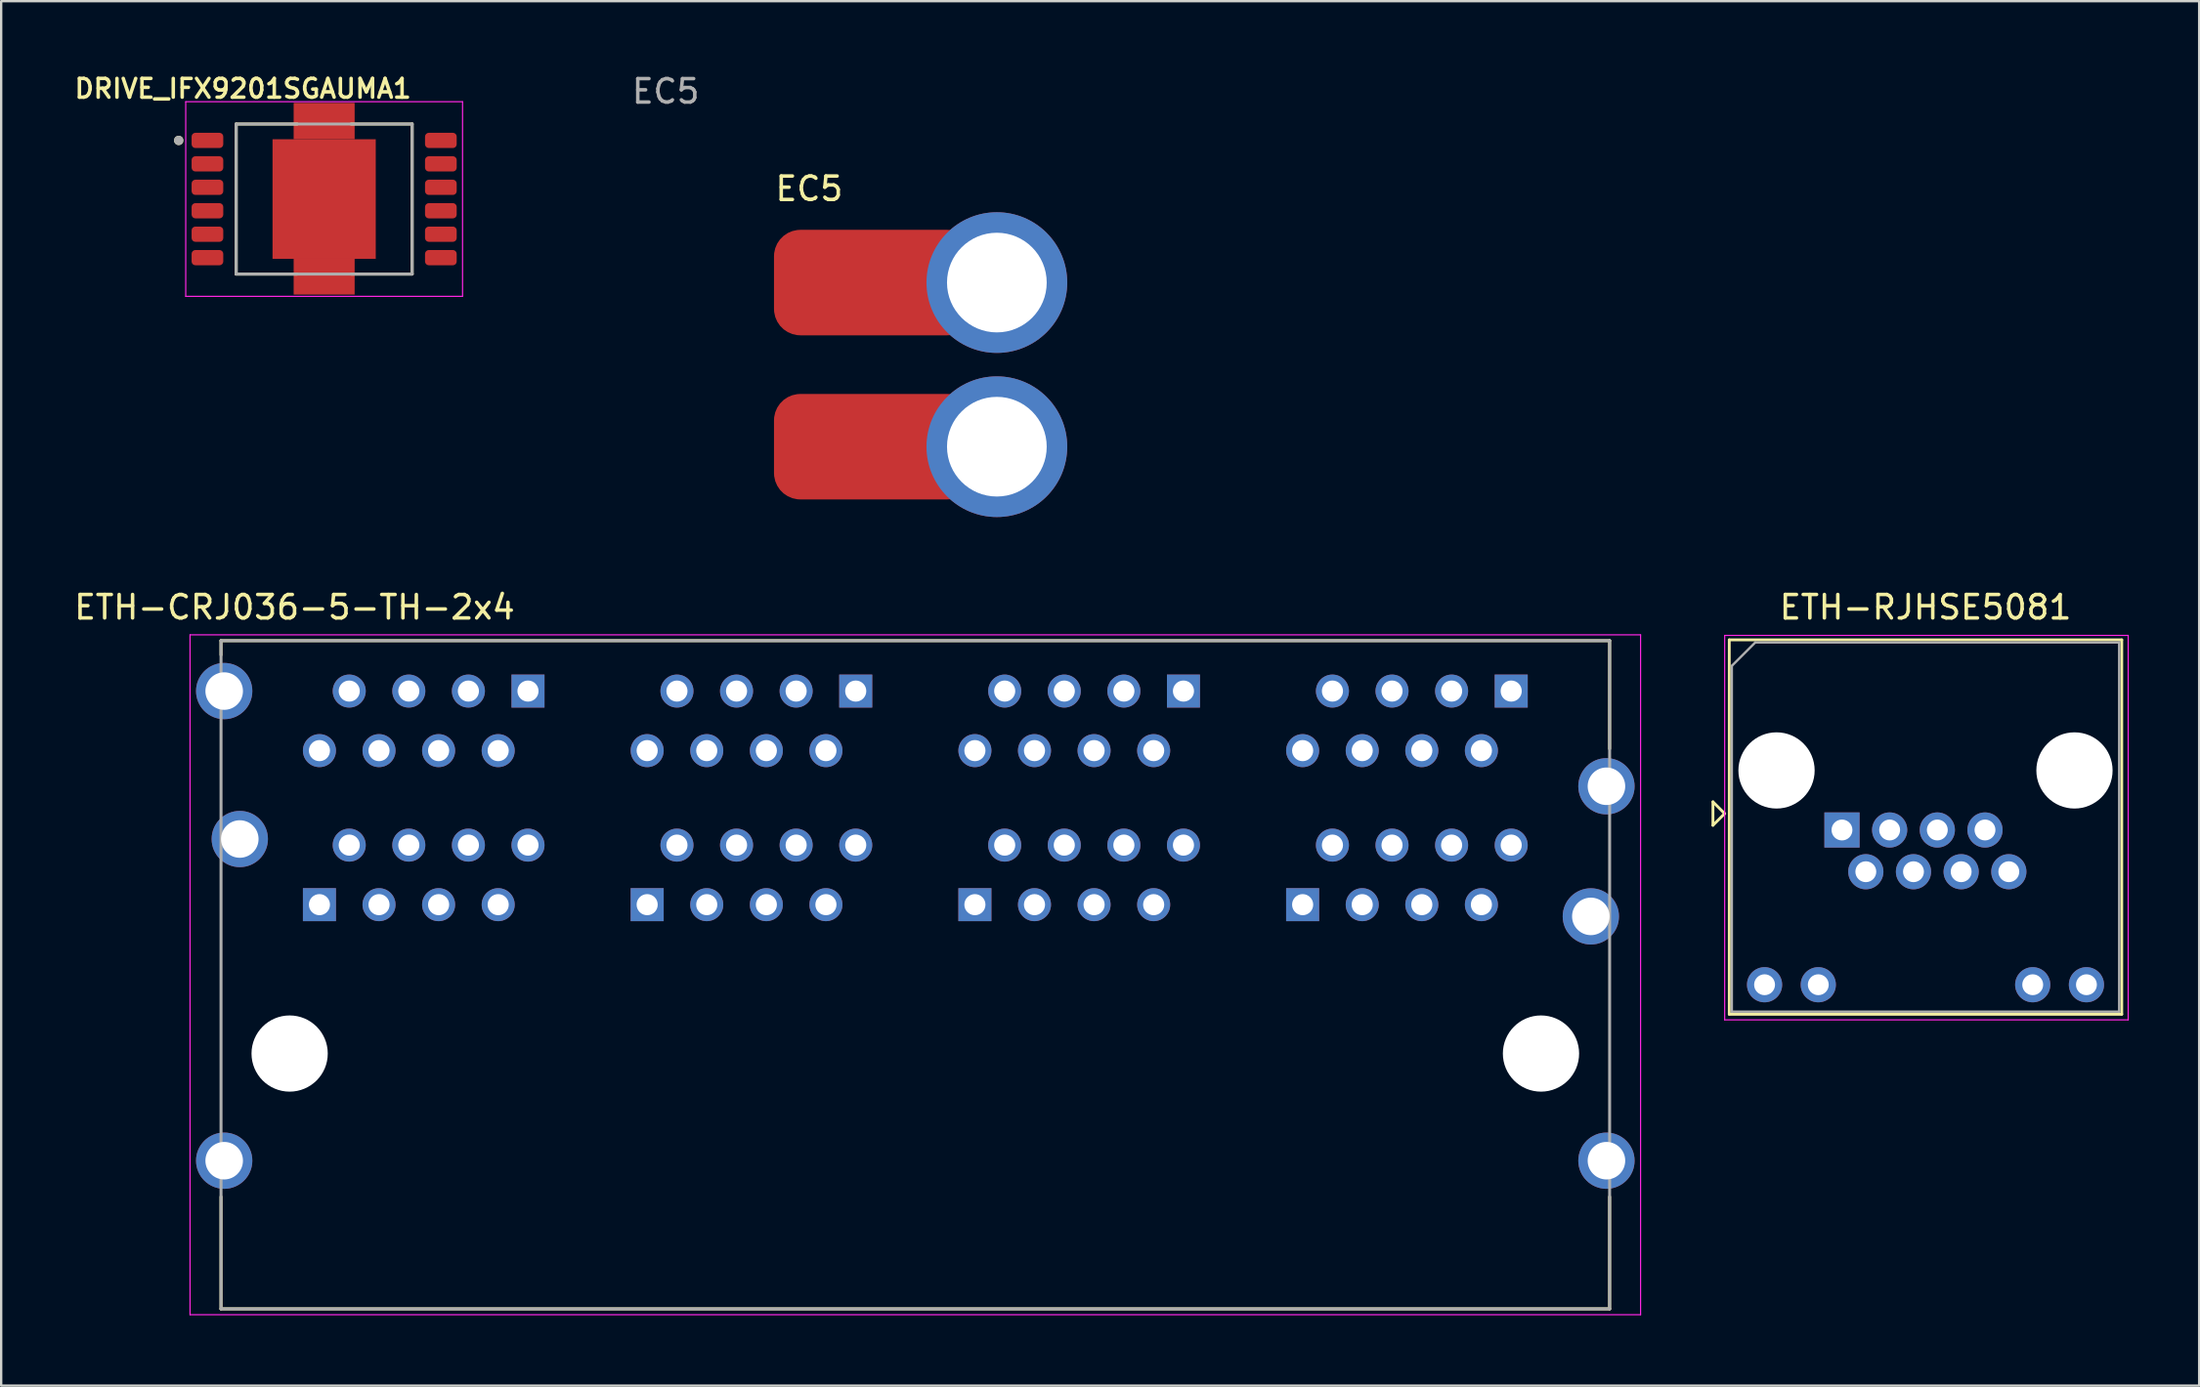
<source format=kicad_pcb>
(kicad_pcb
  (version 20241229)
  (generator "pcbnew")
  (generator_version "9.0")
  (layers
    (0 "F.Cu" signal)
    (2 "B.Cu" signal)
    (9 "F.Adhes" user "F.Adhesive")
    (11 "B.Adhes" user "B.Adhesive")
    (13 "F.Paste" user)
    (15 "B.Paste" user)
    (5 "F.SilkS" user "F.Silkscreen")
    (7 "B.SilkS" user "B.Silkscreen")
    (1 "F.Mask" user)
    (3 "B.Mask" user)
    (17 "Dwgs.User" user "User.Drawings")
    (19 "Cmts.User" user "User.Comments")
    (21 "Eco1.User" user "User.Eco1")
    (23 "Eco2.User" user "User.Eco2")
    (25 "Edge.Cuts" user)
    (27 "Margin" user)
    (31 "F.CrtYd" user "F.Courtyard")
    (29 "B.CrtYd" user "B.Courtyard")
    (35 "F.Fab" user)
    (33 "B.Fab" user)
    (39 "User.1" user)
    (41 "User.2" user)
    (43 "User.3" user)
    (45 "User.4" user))
  (footprint "ETH-RJHSE5081"
    (layer "F.Cu")
    (at 75.466 32.35)
    (property "Reference" "ETH-RJHSE5081" (at 3.56 -9.5 0) (layer "F.SilkS") (effects (font (size 1 1) (thickness 0.15))))
    (attr through_hole)
    (fp_line (start -5.5 -1.2) (end -5 -0.7) (stroke (width 0.12) (type solid)) (layer "F.SilkS"))
    (fp_line (start -5.5 -0.2) (end -5.5 -1.2) (stroke (width 0.12) (type solid)) (layer "F.SilkS"))
    (fp_line (start -5 -0.7) (end -5.5 -0.2) (stroke (width 0.12) (type solid)) (layer "F.SilkS"))
    (fp_line (start -4.805 -8.11) (end -4.805 7.86) (stroke (width 0.12) (type solid)) (layer "F.SilkS"))
    (fp_line (start -4.805 -8.11) (end 11.925 -8.11) (stroke (width 0.12) (type solid)) (layer "F.SilkS"))
    (fp_line (start -4.805 7.86) (end 11.925 7.86) (stroke (width 0.12) (type solid)) (layer "F.SilkS"))
    (fp_line (start 11.925 -8.11) (end 11.925 7.86) (stroke (width 0.12) (type solid)) (layer "F.SilkS"))
    (fp_line (start -5 -8.3) (end -5 8.1) (stroke (width 0.05) (type solid)) (layer "F.CrtYd"))
    (fp_line (start -5 -8.3) (end 12.2 -8.3) (stroke (width 0.05) (type solid)) (layer "F.CrtYd"))
    (fp_line (start -5 8.1) (end 12.2 8.1) (stroke (width 0.05) (type solid)) (layer "F.CrtYd"))
    (fp_line (start 12.2 -8.3) (end 12.2 8.1) (stroke (width 0.05) (type solid)) (layer "F.CrtYd"))
    (fp_line (start -4.695 -7) (end -4.695 7.75) (stroke (width 0.1) (type solid)) (layer "F.Fab"))
    (fp_line (start -4.695 -7) (end -3.695 -8) (stroke (width 0.1) (type solid)) (layer "F.Fab"))
    (fp_line (start -4.695 7.75) (end 11.815 7.75) (stroke (width 0.1) (type solid)) (layer "F.Fab"))
    (fp_line (start -3.695 -8) (end 11.815 -8) (stroke (width 0.1) (type solid)) (layer "F.Fab"))
    (fp_line (start 11.815 -8) (end 11.815 7.75) (stroke (width 0.1) (type solid)) (layer "F.Fab"))
    (pad "" np_thru_hole circle (at -2.79 -2.54) (size 3.25 3.25) (drill 3.25) (layers "*.Cu" "*.Mask"))
    (pad "" np_thru_hole circle (at 9.91 -2.54) (size 3.25 3.25) (drill 3.25) (layers "*.Cu" "*.Mask"))
    (pad "1" thru_hole rect (at 0 0) (size 1.5 1.5) (drill 0.89) (layers "*.Cu" "*.Mask"))
    (pad "2" thru_hole circle (at 1.016 1.78) (size 1.5 1.5) (drill 0.89) (layers "*.Cu" "*.Mask"))
    (pad "3" thru_hole circle (at 2.032 0) (size 1.5 1.5) (drill 0.89) (layers "*.Cu" "*.Mask"))
    (pad "4" thru_hole circle (at 3.048 1.78) (size 1.5 1.5) (drill 0.89) (layers "*.Cu" "*.Mask"))
    (pad "5" thru_hole circle (at 4.064 0) (size 1.5 1.5) (drill 0.89) (layers "*.Cu" "*.Mask"))
    (pad "6" thru_hole circle (at 5.08 1.78) (size 1.5 1.5) (drill 0.89) (layers "*.Cu" "*.Mask"))
    (pad "7" thru_hole circle (at 6.096 0) (size 1.5 1.5) (drill 0.89) (layers "*.Cu" "*.Mask"))
    (pad "8" thru_hole circle (at 7.112 1.78) (size 1.5 1.5) (drill 0.89) (layers "*.Cu" "*.Mask"))
    (pad "9" thru_hole circle (at -3.3 6.6) (size 1.5 1.5) (drill 0.89) (layers "*.Cu" "*.Mask"))
    (pad "10" thru_hole circle (at -1.01 6.6) (size 1.5 1.5) (drill 0.89) (layers "*.Cu" "*.Mask"))
    (pad "11" thru_hole circle (at 8.13 6.6) (size 1.5 1.5) (drill 0.89) (layers "*.Cu" "*.Mask"))
    (pad "12" thru_hole circle (at 10.42 6.6) (size 1.5 1.5) (drill 0.89) (layers "*.Cu" "*.Mask")))
  (footprint "DRIVE_IFX9201SGAUMA1"
    (layer "F.Cu")
    (at 10.767 5.439)
    (property "Reference" "DRIVE_IFX9201SGAUMA1" (at -3.46 -4.708 0) (layer "F.SilkS") (effects (font (size 0.8 0.8) (thickness 0.15))))
    (attr smd)
    (fp_line (start -3.75 -3.2) (end -1.15 -3.2) (stroke (width 0.127) (type solid)) (layer "F.SilkS"))
    (fp_line (start -3.75 3.2) (end -3.75 -3.2) (stroke (width 0.127) (type solid)) (layer "F.SilkS"))
    (fp_line (start -3.75 3.2) (end -1.15 3.2) (stroke (width 0.127) (type solid)) (layer "F.SilkS"))
    (fp_line (start 3.75 -3.2) (end 1.15 -3.2) (stroke (width 0.127) (type solid)) (layer "F.SilkS"))
    (fp_line (start 3.75 -3.2) (end 3.75 3.2) (stroke (width 0.127) (type solid)) (layer "F.SilkS"))
    (fp_line (start 3.75 3.2) (end 1.15 3.2) (stroke (width 0.127) (type solid)) (layer "F.SilkS"))
    (fp_circle (center -6.2 -2.5) (end -6.1 -2.5) (stroke (width 0.2) (type solid)) (fill no) (layer "F.SilkS"))
    (fp_line (start -5.9 -4.15) (end 5.9 -4.15) (stroke (width 0.05) (type solid)) (layer "F.CrtYd"))
    (fp_line (start -5.9 4.15) (end -5.9 -4.15) (stroke (width 0.05) (type solid)) (layer "F.CrtYd"))
    (fp_line (start 5.9 -4.15) (end 5.9 4.15) (stroke (width 0.05) (type solid)) (layer "F.CrtYd"))
    (fp_line (start 5.9 4.15) (end -5.9 4.15) (stroke (width 0.05) (type solid)) (layer "F.CrtYd"))
    (fp_line (start -3.75 -3.2) (end 3.75 -3.2) (stroke (width 0.127) (type solid)) (layer "F.Fab"))
    (fp_line (start -3.75 3.2) (end -3.75 -3.2) (stroke (width 0.127) (type solid)) (layer "F.Fab"))
    (fp_line (start 3.75 -3.2) (end 3.75 3.2) (stroke (width 0.127) (type solid)) (layer "F.Fab"))
    (fp_line (start 3.75 3.2) (end -3.75 3.2) (stroke (width 0.127) (type solid)) (layer "F.Fab"))
    (fp_circle (center -6.2 -2.5) (end -6.1 -2.5) (stroke (width 0.2) (type solid)) (fill no) (layer "F.Fab"))
    (pad "1" smd roundrect (at -4.975 -2.5) (size 1.35 0.65) (layers "F.Cu" "F.Mask" "F.Paste") (roundrect_rratio 0.25))
    (pad "2" smd roundrect (at -4.975 -1.5) (size 1.35 0.65) (layers "F.Cu" "F.Mask" "F.Paste") (roundrect_rratio 0.25))
    (pad "3" smd roundrect (at -4.975 -0.5) (size 1.35 0.65) (layers "F.Cu" "F.Mask" "F.Paste") (roundrect_rratio 0.25))
    (pad "4" smd roundrect (at -4.975 0.5) (size 1.35 0.65) (layers "F.Cu" "F.Mask" "F.Paste") (roundrect_rratio 0.25))
    (pad "5" smd roundrect (at -4.975 1.5) (size 1.35 0.65) (layers "F.Cu" "F.Mask" "F.Paste") (roundrect_rratio 0.25))
    (pad "6" smd roundrect (at -4.975 2.5) (size 1.35 0.65) (layers "F.Cu" "F.Mask" "F.Paste") (roundrect_rratio 0.25))
    (pad "6" smd rect (at 0 -3.325) (size 2.6 1.55) (layers "F.Cu" "F.Mask" "F.Paste"))
    (pad "6" smd rect (at 0 0) (size 4.4 5.1) (layers "F.Cu" "F.Mask" "F.Paste"))
    (pad "6" smd rect (at 0 3.3) (size 2.6 1.55) (layers "F.Cu" "F.Mask" "F.Paste"))
    (pad "7" smd roundrect (at 4.975 2.5) (size 1.35 0.65) (layers "F.Cu" "F.Mask" "F.Paste") (roundrect_rratio 0.25))
    (pad "8" smd roundrect (at 4.975 1.5) (size 1.35 0.65) (layers "F.Cu" "F.Mask" "F.Paste") (roundrect_rratio 0.25))
    (pad "9" smd roundrect (at 4.975 0.5) (size 1.35 0.65) (layers "F.Cu" "F.Mask" "F.Paste") (roundrect_rratio 0.25))
    (pad "10" smd roundrect (at 4.975 -0.5) (size 1.35 0.65) (layers "F.Cu" "F.Mask" "F.Paste") (roundrect_rratio 0.25))
    (pad "11" smd roundrect (at 4.975 -1.5) (size 1.35 0.65) (layers "F.Cu" "F.Mask" "F.Paste") (roundrect_rratio 0.25))
    (pad "12" smd roundrect (at 4.975 -2.5) (size 1.35 0.65) (layers "F.Cu" "F.Mask" "F.Paste") (roundrect_rratio 0.25)))
  (footprint "ETH-CRJ036-5-TH-2x4"
    (layer "F.Cu")
    (at 35.966 41.885)
    (property "Reference" "ETH-CRJ036-5-TH-2x4" (at -26.46 -19.035 0) (layer "F.SilkS") (effects (font (size 1 1) (thickness 0.15))))
    (attr through_hole)
    (fp_line (start -29.595 -17.61) (end 29.595 -17.61) (stroke (width 0.127) (type solid)) (layer "F.SilkS"))
    (fp_line (start -29.595 -17) (end -29.595 -17.61) (stroke (width 0.127) (type solid)) (layer "F.SilkS"))
    (fp_line (start -29.595 10.89) (end -29.595 6.11) (stroke (width 0.127) (type solid)) (layer "F.SilkS"))
    (fp_line (start 29.595 -13) (end 29.595 -17.61) (stroke (width 0.127) (type solid)) (layer "F.SilkS"))
    (fp_line (start 29.595 10.89) (end -29.595 10.89) (stroke (width 0.127) (type solid)) (layer "F.SilkS"))
    (fp_line (start 29.595 10.89) (end 29.595 6.11) (stroke (width 0.127) (type solid)) (layer "F.SilkS"))
    (fp_line (start -30.915 -17.86) (end 30.915 -17.86) (stroke (width 0.05) (type solid)) (layer "F.CrtYd"))
    (fp_line (start -30.915 11.14) (end -30.915 -17.86) (stroke (width 0.05) (type solid)) (layer "F.CrtYd"))
    (fp_line (start 30.915 11.14) (end -30.915 11.14) (stroke (width 0.05) (type solid)) (layer "F.CrtYd"))
    (fp_line (start 30.915 11.14) (end 30.915 -17.86) (stroke (width 0.05) (type solid)) (layer "F.CrtYd"))
    (fp_line (start -29.595 -17.61) (end 29.595 -17.61) (stroke (width 0.127) (type solid)) (layer "F.Fab"))
    (fp_line (start -29.595 10.89) (end -29.595 -17.61) (stroke (width 0.127) (type solid)) (layer "F.Fab"))
    (fp_line (start 29.595 -17.61) (end 29.595 10.89) (stroke (width 0.127) (type solid)) (layer "F.Fab"))
    (fp_line (start 29.595 10.89) (end -29.595 10.89) (stroke (width 0.127) (type solid)) (layer "F.Fab"))
    (pad "" np_thru_hole circle (at -26.67 0) (size 3.25 3.25) (drill 3.25) (layers "*.Cu" "*.Mask"))
    (pad "" np_thru_hole circle (at 26.67 0) (size 3.25 3.25) (drill 3.25) (layers "*.Cu" "*.Mask"))
    (pad "1_1B" thru_hole rect (at -25.4 -6.35) (size 1.408 1.408) (drill 0.9) (layers "*.Cu" "*.Mask"))
    (pad "1_1T" thru_hole rect (at -16.51 -15.46) (size 1.408 1.408) (drill 0.9) (layers "*.Cu" "*.Mask"))
    (pad "1_2B" thru_hole circle (at -24.13 -8.89) (size 1.408 1.408) (drill 0.9) (layers "*.Cu" "*.Mask"))
    (pad "1_2T" thru_hole circle (at -17.78 -12.92) (size 1.408 1.408) (drill 0.9) (layers "*.Cu" "*.Mask"))
    (pad "1_3B" thru_hole circle (at -22.86 -6.35) (size 1.408 1.408) (drill 0.9) (layers "*.Cu" "*.Mask"))
    (pad "1_3T" thru_hole circle (at -19.05 -15.46) (size 1.408 1.408) (drill 0.9) (layers "*.Cu" "*.Mask"))
    (pad "1_4B" thru_hole circle (at -21.59 -8.89) (size 1.408 1.408) (drill 0.9) (layers "*.Cu" "*.Mask"))
    (pad "1_4T" thru_hole circle (at -20.32 -12.92) (size 1.408 1.408) (drill 0.9) (layers "*.Cu" "*.Mask"))
    (pad "1_5B" thru_hole circle (at -20.32 -6.35) (size 1.408 1.408) (drill 0.9) (layers "*.Cu" "*.Mask"))
    (pad "1_5T" thru_hole circle (at -21.59 -15.46) (size 1.408 1.408) (drill 0.9) (layers "*.Cu" "*.Mask"))
    (pad "1_6B" thru_hole circle (at -19.05 -8.89) (size 1.408 1.408) (drill 0.9) (layers "*.Cu" "*.Mask"))
    (pad "1_6T" thru_hole circle (at -22.86 -12.92) (size 1.408 1.408) (drill 0.9) (layers "*.Cu" "*.Mask"))
    (pad "1_7B" thru_hole circle (at -17.78 -6.35) (size 1.408 1.408) (drill 0.9) (layers "*.Cu" "*.Mask"))
    (pad "1_7T" thru_hole circle (at -24.13 -15.46) (size 1.408 1.408) (drill 0.9) (layers "*.Cu" "*.Mask"))
    (pad "1_8B" thru_hole circle (at -16.51 -8.89) (size 1.408 1.408) (drill 0.9) (layers "*.Cu" "*.Mask"))
    (pad "1_8T" thru_hole circle (at -25.4 -12.92) (size 1.408 1.408) (drill 0.9) (layers "*.Cu" "*.Mask"))
    (pad "2_1B" thru_hole rect (at -11.43 -6.35) (size 1.408 1.408) (drill 0.9) (layers "*.Cu" "*.Mask"))
    (pad "2_1T" thru_hole rect (at -2.54 -15.46) (size 1.408 1.408) (drill 0.9) (layers "*.Cu" "*.Mask"))
    (pad "2_2B" thru_hole circle (at -10.16 -8.89) (size 1.408 1.408) (drill 0.9) (layers "*.Cu" "*.Mask"))
    (pad "2_2T" thru_hole circle (at -3.81 -12.92) (size 1.408 1.408) (drill 0.9) (layers "*.Cu" "*.Mask"))
    (pad "2_3B" thru_hole circle (at -8.89 -6.35) (size 1.408 1.408) (drill 0.9) (layers "*.Cu" "*.Mask"))
    (pad "2_3T" thru_hole circle (at -5.08 -15.46) (size 1.408 1.408) (drill 0.9) (layers "*.Cu" "*.Mask"))
    (pad "2_4B" thru_hole circle (at -7.62 -8.89) (size 1.408 1.408) (drill 0.9) (layers "*.Cu" "*.Mask"))
    (pad "2_4T" thru_hole circle (at -6.35 -12.92) (size 1.408 1.408) (drill 0.9) (layers "*.Cu" "*.Mask"))
    (pad "2_5B" thru_hole circle (at -6.35 -6.35) (size 1.408 1.408) (drill 0.9) (layers "*.Cu" "*.Mask"))
    (pad "2_5T" thru_hole circle (at -7.62 -15.46) (size 1.408 1.408) (drill 0.9) (layers "*.Cu" "*.Mask"))
    (pad "2_6B" thru_hole circle (at -5.08 -8.89) (size 1.408 1.408) (drill 0.9) (layers "*.Cu" "*.Mask"))
    (pad "2_6T" thru_hole circle (at -8.89 -12.92) (size 1.408 1.408) (drill 0.9) (layers "*.Cu" "*.Mask"))
    (pad "2_7B" thru_hole circle (at -3.81 -6.35) (size 1.408 1.408) (drill 0.9) (layers "*.Cu" "*.Mask"))
    (pad "2_7T" thru_hole circle (at -10.16 -15.46) (size 1.408 1.408) (drill 0.9) (layers "*.Cu" "*.Mask"))
    (pad "2_8B" thru_hole circle (at -2.54 -8.89) (size 1.408 1.408) (drill 0.9) (layers "*.Cu" "*.Mask"))
    (pad "2_8T" thru_hole circle (at -11.43 -12.92) (size 1.408 1.408) (drill 0.9) (layers "*.Cu" "*.Mask"))
    (pad "3_1B" thru_hole rect (at 2.54 -6.35) (size 1.408 1.408) (drill 0.9) (layers "*.Cu" "*.Mask"))
    (pad "3_1T" thru_hole rect (at 11.43 -15.46) (size 1.408 1.408) (drill 0.9) (layers "*.Cu" "*.Mask"))
    (pad "3_2B" thru_hole circle (at 3.81 -8.89) (size 1.408 1.408) (drill 0.9) (layers "*.Cu" "*.Mask"))
    (pad "3_2T" thru_hole circle (at 10.16 -12.92) (size 1.408 1.408) (drill 0.9) (layers "*.Cu" "*.Mask"))
    (pad "3_3B" thru_hole circle (at 5.08 -6.35) (size 1.408 1.408) (drill 0.9) (layers "*.Cu" "*.Mask"))
    (pad "3_3T" thru_hole circle (at 8.89 -15.46) (size 1.408 1.408) (drill 0.9) (layers "*.Cu" "*.Mask"))
    (pad "3_4B" thru_hole circle (at 6.35 -8.89) (size 1.408 1.408) (drill 0.9) (layers "*.Cu" "*.Mask"))
    (pad "3_4T" thru_hole circle (at 7.62 -12.92) (size 1.408 1.408) (drill 0.9) (layers "*.Cu" "*.Mask"))
    (pad "3_5B" thru_hole circle (at 7.62 -6.35) (size 1.408 1.408) (drill 0.9) (layers "*.Cu" "*.Mask"))
    (pad "3_5T" thru_hole circle (at 6.35 -15.46) (size 1.408 1.408) (drill 0.9) (layers "*.Cu" "*.Mask"))
    (pad "3_6B" thru_hole circle (at 8.89 -8.89) (size 1.408 1.408) (drill 0.9) (layers "*.Cu" "*.Mask"))
    (pad "3_6T" thru_hole circle (at 5.08 -12.92) (size 1.408 1.408) (drill 0.9) (layers "*.Cu" "*.Mask"))
    (pad "3_7B" thru_hole circle (at 10.16 -6.35) (size 1.408 1.408) (drill 0.9) (layers "*.Cu" "*.Mask"))
    (pad "3_7T" thru_hole circle (at 3.81 -15.46) (size 1.408 1.408) (drill 0.9) (layers "*.Cu" "*.Mask"))
    (pad "3_8B" thru_hole circle (at 11.43 -8.89) (size 1.408 1.408) (drill 0.9) (layers "*.Cu" "*.Mask"))
    (pad "3_8T" thru_hole circle (at 2.54 -12.92) (size 1.408 1.408) (drill 0.9) (layers "*.Cu" "*.Mask"))
    (pad "4_1B" thru_hole rect (at 16.51 -6.35) (size 1.408 1.408) (drill 0.9) (layers "*.Cu" "*.Mask"))
    (pad "4_1T" thru_hole rect (at 25.4 -15.46) (size 1.408 1.408) (drill 0.9) (layers "*.Cu" "*.Mask"))
    (pad "4_2B" thru_hole circle (at 17.78 -8.89) (size 1.408 1.408) (drill 0.9) (layers "*.Cu" "*.Mask"))
    (pad "4_2T" thru_hole circle (at 24.13 -12.92) (size 1.408 1.408) (drill 0.9) (layers "*.Cu" "*.Mask"))
    (pad "4_3B" thru_hole circle (at 19.05 -6.35) (size 1.408 1.408) (drill 0.9) (layers "*.Cu" "*.Mask"))
    (pad "4_3T" thru_hole circle (at 22.86 -15.46) (size 1.408 1.408) (drill 0.9) (layers "*.Cu" "*.Mask"))
    (pad "4_4B" thru_hole circle (at 20.32 -8.89) (size 1.408 1.408) (drill 0.9) (layers "*.Cu" "*.Mask"))
    (pad "4_4T" thru_hole circle (at 21.59 -12.92) (size 1.408 1.408) (drill 0.9) (layers "*.Cu" "*.Mask"))
    (pad "4_5B" thru_hole circle (at 21.59 -6.35) (size 1.408 1.408) (drill 0.9) (layers "*.Cu" "*.Mask"))
    (pad "4_5T" thru_hole circle (at 20.32 -15.46) (size 1.408 1.408) (drill 0.9) (layers "*.Cu" "*.Mask"))
    (pad "4_6B" thru_hole circle (at 22.86 -8.89) (size 1.408 1.408) (drill 0.9) (layers "*.Cu" "*.Mask"))
    (pad "4_6T" thru_hole circle (at 19.05 -12.92) (size 1.408 1.408) (drill 0.9) (layers "*.Cu" "*.Mask"))
    (pad "4_7B" thru_hole circle (at 24.13 -6.35) (size 1.408 1.408) (drill 0.9) (layers "*.Cu" "*.Mask"))
    (pad "4_7T" thru_hole circle (at 17.78 -15.46) (size 1.408 1.408) (drill 0.9) (layers "*.Cu" "*.Mask"))
    (pad "4_8B" thru_hole circle (at 25.4 -8.89) (size 1.408 1.408) (drill 0.9) (layers "*.Cu" "*.Mask"))
    (pad "4_8T" thru_hole circle (at 16.51 -12.92) (size 1.408 1.408) (drill 0.9) (layers "*.Cu" "*.Mask"))
    (pad "S1" thru_hole circle (at -29.46 4.57) (size 2.4 2.4) (drill 1.6) (layers "*.Cu" "*.Mask"))
    (pad "S2" thru_hole circle (at 29.46 4.57) (size 2.4 2.4) (drill 1.6) (layers "*.Cu" "*.Mask"))
    (pad "S3" thru_hole circle (at 28.795 -5.85) (size 2.4 2.4) (drill 1.6) (layers "*.Cu" "*.Mask"))
    (pad "S4" thru_hole circle (at -28.795 -9.15) (size 2.4 2.4) (drill 1.6) (layers "*.Cu" "*.Mask"))
    (pad "S5" thru_hole circle (at -29.46 -15.46) (size 2.4 2.4) (drill 1.6) (layers "*.Cu" "*.Mask"))
    (pad "S6" thru_hole circle (at 29.46 -11.4) (size 2.4 2.4) (drill 1.6) (layers "*.Cu" "*.Mask")))
  (footprint "EC5"
    (layer "F.Cu")
    (at 19.942 4.252)
    (property "Reference" "EC5" (at 11.5 0.75 0) (unlocked yes) (layer "F.SilkS") (effects (font (size 1 1) (thickness 0.15))))
    (attr smd)
    (fp_text user "${REFERENCE}" (at 5.385 -3.404 0) (unlocked yes) (layer "F.Fab") (effects (font (size 1 1) (thickness 0.15))))
    (pad "1" smd roundrect (at 14.25 4.75) (size 8.5 4.5) (layers "F.Cu" "F.Mask" "F.Paste") (roundrect_rratio 0.25))
    (pad "1" thru_hole circle (at 19.5 4.75) (size 6 6) (drill 4.25) (layers "*.Cu" "*.Mask"))
    (pad "2" smd roundrect (at 14.25 11.75) (size 8.5 4.5) (layers "F.Cu" "F.Mask" "F.Paste") (roundrect_rratio 0.25))
    (pad "2" thru_hole circle (at 19.5 11.75) (size 6 6) (drill 4.25) (layers "*.Cu" "*.Mask")))
  (gr_rect
    (start -3 -3)
    (end 90.691 56.05)
    (stroke (width 0.1) (type default))
    (fill no)
    (layer "Edge.Cuts")))
</source>
